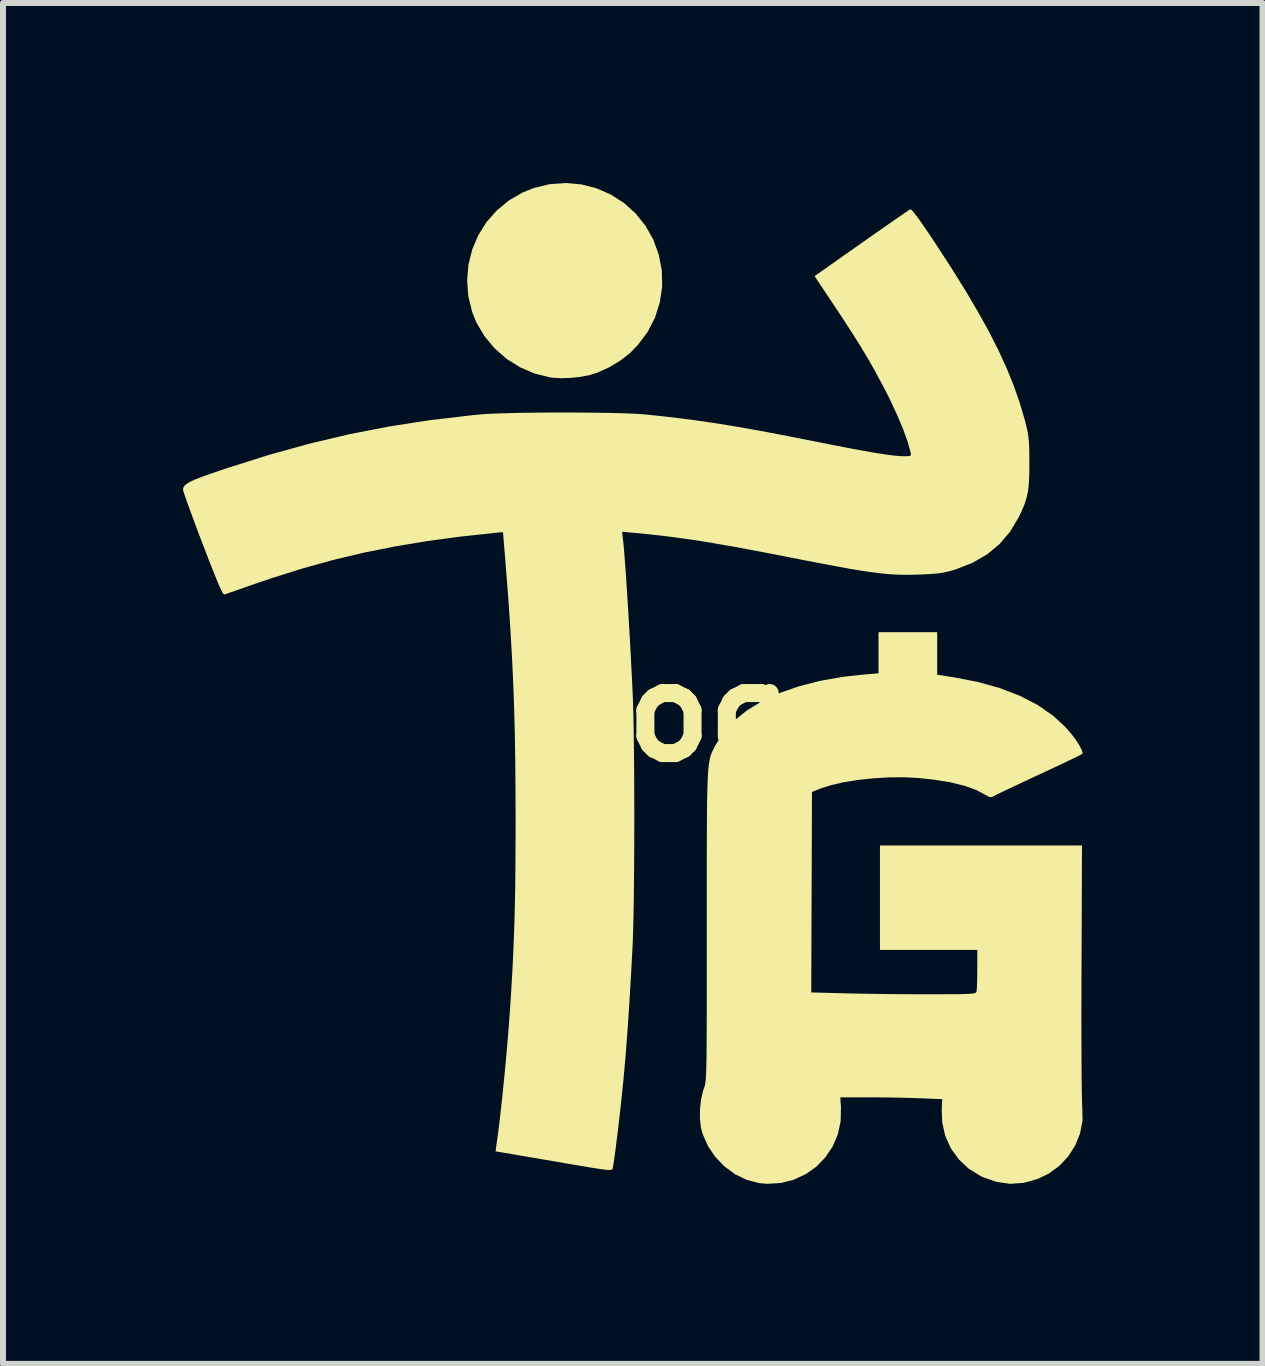
<source format=kicad_pcb>
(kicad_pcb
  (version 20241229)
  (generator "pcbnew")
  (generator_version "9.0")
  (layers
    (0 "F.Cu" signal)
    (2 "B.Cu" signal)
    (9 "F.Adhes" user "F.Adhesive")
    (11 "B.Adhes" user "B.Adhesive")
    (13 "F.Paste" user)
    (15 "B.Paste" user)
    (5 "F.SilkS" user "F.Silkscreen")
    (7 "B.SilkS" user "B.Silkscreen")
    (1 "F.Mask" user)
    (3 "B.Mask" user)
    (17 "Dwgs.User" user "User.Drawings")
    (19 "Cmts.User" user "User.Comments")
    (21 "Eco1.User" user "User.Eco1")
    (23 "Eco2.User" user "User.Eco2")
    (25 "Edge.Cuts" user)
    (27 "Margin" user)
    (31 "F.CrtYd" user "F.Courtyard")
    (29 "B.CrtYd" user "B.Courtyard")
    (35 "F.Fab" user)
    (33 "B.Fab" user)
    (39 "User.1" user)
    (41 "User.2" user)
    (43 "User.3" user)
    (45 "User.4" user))
  (footprint "logo"
    (layer "F.Cu")
    (at 9.063 8.822)
    (property "Reference" "logo" (at 0 0 0) (layer "F.SilkS") (effects (font (size 1.5 1.5) (thickness 0.3))))
    (attr board_only exclude_from_pos_files exclude_from_bom)
    (fp_poly (pts (xy -2.425 -8.799) (xy -2.172 -8.734) (xy -1.934 -8.63) (xy -1.715 -8.49) (xy -1.52 -8.315) (xy -1.354 -8.107) (xy -1.227 -7.882) (xy -1.133 -7.624) (xy -1.083 -7.359) (xy -1.078 -7.093) (xy -1.117 -6.832) (xy -1.197 -6.579) (xy -1.319 -6.341) (xy -1.482 -6.123) (xy -1.61 -5.991) (xy -1.775 -5.862) (xy -1.966 -5.748) (xy -2.165 -5.659) (xy -2.294 -5.619) (xy -2.44 -5.591) (xy -2.606 -5.574) (xy -2.771 -5.569) (xy -2.914 -5.578) (xy -2.937 -5.581) (xy -3.199 -5.645) (xy -3.446 -5.751) (xy -3.672 -5.893) (xy -3.872 -6.068) (xy -4.041 -6.272) (xy -4.175 -6.5) (xy -4.244 -6.672) (xy -4.309 -6.938) (xy -4.328 -7.203) (xy -4.306 -7.464) (xy -4.243 -7.715) (xy -4.142 -7.952) (xy -4.005 -8.17) (xy -3.835 -8.364) (xy -3.633 -8.531) (xy -3.403 -8.664) (xy -3.217 -8.739) (xy -2.952 -8.803) (xy -2.686 -8.822)) (stroke (width 0) (type solid)) (fill yes) (layer "F.SilkS"))
    (fp_poly (pts (xy 3.506 -0.981) (xy 3.506 -0.627) (xy 3.774 -0.586) (xy 4.183 -0.507) (xy 4.555 -0.403) (xy 4.89 -0.273) (xy 5.187 -0.119) (xy 5.443 0.06) (xy 5.644 0.246) (xy 5.73 0.345) (xy 5.807 0.445) (xy 5.868 0.537) (xy 5.91 0.615) (xy 5.928 0.67) (xy 5.923 0.693) (xy 5.898 0.707) (xy 5.834 0.739) (xy 5.737 0.786) (xy 5.612 0.846) (xy 5.465 0.915) (xy 5.3 0.992) (xy 5.175 1.05) (xy 5.001 1.131) (xy 4.841 1.207) (xy 4.698 1.274) (xy 4.58 1.33) (xy 4.491 1.374) (xy 4.436 1.401) (xy 4.421 1.41) (xy 4.38 1.413) (xy 4.311 1.377) (xy 4.306 1.373) (xy 4.156 1.293) (xy 3.962 1.224) (xy 3.726 1.166) (xy 3.45 1.121) (xy 3.189 1.094) (xy 2.946 1.081) (xy 2.689 1.084) (xy 2.428 1.1) (xy 2.173 1.128) (xy 1.934 1.167) (xy 1.722 1.217) (xy 1.554 1.272) (xy 1.419 1.327) (xy 1.413 2.997) (xy 1.407 4.667) (xy 1.983 4.683) (xy 2.16 4.687) (xy 2.372 4.69) (xy 2.607 4.694) (xy 2.852 4.696) (xy 3.095 4.698) (xy 3.324 4.698) (xy 3.352 4.698) (xy 3.57 4.698) (xy 3.744 4.697) (xy 3.88 4.696) (xy 3.983 4.693) (xy 4.057 4.69) (xy 4.107 4.684) (xy 4.138 4.677) (xy 4.154 4.669) (xy 4.159 4.661) (xy 4.165 4.624) (xy 4.169 4.549) (xy 4.172 4.447) (xy 4.174 4.327) (xy 4.174 4.291) (xy 4.174 3.959) (xy 3.363 3.959) (xy 2.552 3.959) (xy 2.552 3.089) (xy 2.552 2.218) (xy 4.235 2.218) (xy 5.919 2.218) (xy 5.911 4.311) (xy 5.91 4.627) (xy 5.909 4.933) (xy 5.909 5.224) (xy 5.91 5.497) (xy 5.911 5.748) (xy 5.912 5.973) (xy 5.914 6.169) (xy 5.916 6.331) (xy 5.919 6.457) (xy 5.921 6.541) (xy 5.924 6.576) (xy 5.928 6.798) (xy 5.888 7.014) (xy 5.807 7.216) (xy 5.689 7.401) (xy 5.538 7.561) (xy 5.356 7.692) (xy 5.178 7.777) (xy 4.948 7.841) (xy 4.722 7.857) (xy 4.497 7.826) (xy 4.271 7.747) (xy 4.23 7.728) (xy 4.031 7.605) (xy 3.865 7.449) (xy 3.734 7.266) (xy 3.641 7.061) (xy 3.59 6.837) (xy 3.581 6.618) (xy 3.59 6.446) (xy 3.22 6.431) (xy 3.07 6.426) (xy 2.89 6.422) (xy 2.695 6.418) (xy 2.502 6.416) (xy 2.37 6.416) (xy 1.891 6.416) (xy 1.902 6.582) (xy 1.897 6.815) (xy 1.849 7.035) (xy 1.763 7.236) (xy 1.642 7.416) (xy 1.492 7.571) (xy 1.316 7.696) (xy 1.118 7.788) (xy 0.904 7.843) (xy 0.675 7.857) (xy 0.537 7.845) (xy 0.331 7.791) (xy 0.137 7.697) (xy -0.04 7.567) (xy -0.193 7.408) (xy -0.316 7.226) (xy -0.403 7.027) (xy -0.431 6.922) (xy -0.448 6.777) (xy -0.447 6.613) (xy -0.429 6.45) (xy -0.396 6.306) (xy -0.384 6.272) (xy -0.376 6.251) (xy -0.369 6.229) (xy -0.363 6.204) (xy -0.358 6.173) (xy -0.353 6.133) (xy -0.349 6.081) (xy -0.345 6.014) (xy -0.343 5.93) (xy -0.34 5.827) (xy -0.338 5.7) (xy -0.337 5.548) (xy -0.336 5.367) (xy -0.335 5.155) (xy -0.334 4.909) (xy -0.334 4.626) (xy -0.334 4.304) (xy -0.334 3.94) (xy -0.334 3.557) (xy -0.334 3.139) (xy -0.334 2.767) (xy -0.334 2.436) (xy -0.333 2.144) (xy -0.332 1.889) (xy -0.331 1.668) (xy -0.329 1.477) (xy -0.325 1.314) (xy -0.321 1.177) (xy -0.316 1.061) (xy -0.31 0.965) (xy -0.302 0.886) (xy -0.292 0.821) (xy -0.281 0.766) (xy -0.269 0.72) (xy -0.254 0.679) (xy -0.237 0.641) (xy -0.218 0.602) (xy -0.197 0.56) (xy -0.19 0.547) (xy -0.057 0.336) (xy 0.118 0.143) (xy 0.334 -0.032) (xy 0.588 -0.187) (xy 0.878 -0.322) (xy 1.203 -0.435) (xy 1.559 -0.526) (xy 1.946 -0.594) (xy 2.319 -0.634) (xy 2.528 -0.651) (xy 2.528 -0.993) (xy 2.528 -1.336) (xy 3.017 -1.336) (xy 3.506 -1.336)) (stroke (width 0) (type solid)) (fill yes) (layer "F.SilkS"))
    (fp_poly (pts (xy 3.08 -8.372) (xy 3.122 -8.325) (xy 3.184 -8.243) (xy 3.269 -8.123) (xy 3.377 -7.965) (xy 3.475 -7.818) (xy 3.742 -7.406) (xy 3.979 -7.026) (xy 4.187 -6.673) (xy 4.37 -6.343) (xy 4.528 -6.031) (xy 4.664 -5.735) (xy 4.78 -5.449) (xy 4.878 -5.17) (xy 4.96 -4.894) (xy 4.968 -4.865) (xy 4.994 -4.76) (xy 5.014 -4.672) (xy 5.027 -4.589) (xy 5.035 -4.499) (xy 5.04 -4.391) (xy 5.042 -4.252) (xy 5.042 -4.174) (xy 5.041 -3.98) (xy 5.034 -3.823) (xy 5.02 -3.691) (xy 4.995 -3.574) (xy 4.959 -3.462) (xy 4.908 -3.343) (xy 4.866 -3.255) (xy 4.723 -3.014) (xy 4.547 -2.807) (xy 4.338 -2.633) (xy 4.094 -2.492) (xy 3.816 -2.383) (xy 3.779 -2.372) (xy 3.685 -2.346) (xy 3.597 -2.327) (xy 3.503 -2.314) (xy 3.39 -2.305) (xy 3.245 -2.298) (xy 3.183 -2.296) (xy 3.057 -2.293) (xy 2.937 -2.293) (xy 2.818 -2.296) (xy 2.695 -2.304) (xy 2.564 -2.317) (xy 2.418 -2.335) (xy 2.254 -2.359) (xy 2.067 -2.39) (xy 1.851 -2.429) (xy 1.601 -2.476) (xy 1.314 -2.531) (xy 1.085 -2.576) (xy 0.717 -2.648) (xy 0.388 -2.71) (xy 0.094 -2.765) (xy -0.171 -2.811) (xy -0.415 -2.852) (xy -0.643 -2.886) (xy -0.86 -2.916) (xy -1.074 -2.943) (xy -1.291 -2.967) (xy -1.516 -2.989) (xy -1.571 -2.994) (xy -1.746 -3.01) (xy -1.732 -2.894) (xy -1.722 -2.802) (xy -1.71 -2.667) (xy -1.697 -2.496) (xy -1.682 -2.293) (xy -1.667 -2.065) (xy -1.651 -1.817) (xy -1.635 -1.554) (xy -1.619 -1.282) (xy -1.604 -1.006) (xy -1.59 -0.732) (xy -1.576 -0.466) (xy -1.57 -0.334) (xy -1.563 -0.151) (xy -1.557 0.072) (xy -1.552 0.33) (xy -1.548 0.615) (xy -1.545 0.922) (xy -1.543 1.245) (xy -1.542 1.577) (xy -1.542 1.913) (xy -1.543 2.245) (xy -1.545 2.569) (xy -1.548 2.877) (xy -1.551 3.164) (xy -1.556 3.423) (xy -1.562 3.649) (xy -1.568 3.835) (xy -1.57 3.876) (xy -1.597 4.385) (xy -1.626 4.871) (xy -1.657 5.327) (xy -1.689 5.746) (xy -1.718 6.07) (xy -1.735 6.242) (xy -1.754 6.426) (xy -1.775 6.617) (xy -1.797 6.808) (xy -1.818 6.993) (xy -1.84 7.165) (xy -1.859 7.318) (xy -1.877 7.445) (xy -1.891 7.54) (xy -1.902 7.598) (xy -1.905 7.609) (xy -1.915 7.62) (xy -1.937 7.626) (xy -1.977 7.626) (xy -2.041 7.62) (xy -2.134 7.607) (xy -2.262 7.587) (xy -2.432 7.558) (xy -2.445 7.556) (xy -2.635 7.524) (xy -2.844 7.488) (xy -3.056 7.452) (xy -3.253 7.418) (xy -3.412 7.391) (xy -3.854 7.316) (xy -3.812 7.011) (xy -3.789 6.825) (xy -3.763 6.601) (xy -3.736 6.349) (xy -3.709 6.079) (xy -3.682 5.801) (xy -3.658 5.524) (xy -3.636 5.259) (xy -3.618 5.015) (xy -3.614 4.961) (xy -3.593 4.636) (xy -3.575 4.333) (xy -3.561 4.044) (xy -3.549 3.762) (xy -3.539 3.478) (xy -3.532 3.185) (xy -3.526 2.875) (xy -3.523 2.54) (xy -3.521 2.173) (xy -3.52 1.801) (xy -3.522 1.288) (xy -3.526 0.814) (xy -3.533 0.37) (xy -3.544 -0.055) (xy -3.559 -0.469) (xy -3.578 -0.88) (xy -3.602 -1.299) (xy -3.63 -1.735) (xy -3.665 -2.196) (xy -3.688 -2.486) (xy -3.73 -3.004) (xy -3.85 -2.993) (xy -4.449 -2.928) (xy -5.011 -2.852) (xy -5.543 -2.763) (xy -6.057 -2.66) (xy -6.56 -2.54) (xy -7.062 -2.401) (xy -7.572 -2.241) (xy -7.954 -2.111) (xy -8.083 -2.065) (xy -8.197 -2.025) (xy -8.29 -1.993) (xy -8.351 -1.971) (xy -8.372 -1.964) (xy -8.385 -1.97) (xy -8.404 -1.996) (xy -8.431 -2.047) (xy -8.466 -2.124) (xy -8.511 -2.233) (xy -8.568 -2.375) (xy -8.639 -2.555) (xy -8.724 -2.776) (xy -8.736 -2.808) (xy -8.809 -3) (xy -8.876 -3.18) (xy -8.936 -3.342) (xy -8.987 -3.481) (xy -9.026 -3.592) (xy -9.052 -3.67) (xy -9.063 -3.709) (xy -9.063 -3.712) (xy -9.058 -3.745) (xy -9.039 -3.776) (xy -9.003 -3.808) (xy -8.946 -3.842) (xy -8.861 -3.881) (xy -8.746 -3.926) (xy -8.597 -3.979) (xy -8.407 -4.044) (xy -8.311 -4.076) (xy -7.621 -4.294) (xy -6.952 -4.479) (xy -6.293 -4.635) (xy -5.631 -4.764) (xy -4.955 -4.869) (xy -4.254 -4.951) (xy -4.114 -4.965) (xy -3.992 -4.974) (xy -3.83 -4.981) (xy -3.635 -4.987) (xy -3.414 -4.992) (xy -3.174 -4.995) (xy -2.923 -4.997) (xy -2.666 -4.997) (xy -2.412 -4.996) (xy -2.167 -4.994) (xy -1.939 -4.99) (xy -1.734 -4.985) (xy -1.559 -4.978) (xy -1.421 -4.97) (xy -1.371 -4.966) (xy -1.081 -4.936) (xy -0.802 -4.903) (xy -0.527 -4.868) (xy -0.25 -4.828) (xy 0.038 -4.782) (xy 0.344 -4.73) (xy 0.674 -4.67) (xy 1.036 -4.6) (xy 1.437 -4.521) (xy 1.443 -4.52) (xy 1.75 -4.459) (xy 2.014 -4.408) (xy 2.239 -4.366) (xy 2.429 -4.332) (xy 2.587 -4.307) (xy 2.718 -4.288) (xy 2.824 -4.276) (xy 2.91 -4.27) (xy 2.955 -4.269) (xy 3.026 -4.27) (xy 3.061 -4.278) (xy 3.069 -4.299) (xy 3.062 -4.335) (xy 3.013 -4.511) (xy 2.939 -4.717) (xy 2.844 -4.944) (xy 2.732 -5.185) (xy 2.696 -5.259) (xy 2.585 -5.474) (xy 2.475 -5.679) (xy 2.36 -5.881) (xy 2.236 -6.089) (xy 2.096 -6.311) (xy 1.937 -6.557) (xy 1.799 -6.765) (xy 1.462 -7.27) (xy 2.243 -7.82) (xy 2.415 -7.941) (xy 2.575 -8.053) (xy 2.72 -8.154) (xy 2.844 -8.24) (xy 2.944 -8.309) (xy 3.016 -8.357) (xy 3.054 -8.382) (xy 3.058 -8.384)) (stroke (width 0) (type solid)) (fill yes) (layer "F.SilkS")))
  (gr_rect
    (start -3 -3)
    (end 17.991 19.68)
    (stroke (width 0.1) (type default))
    (fill no)
    (layer "Edge.Cuts")))
</source>
